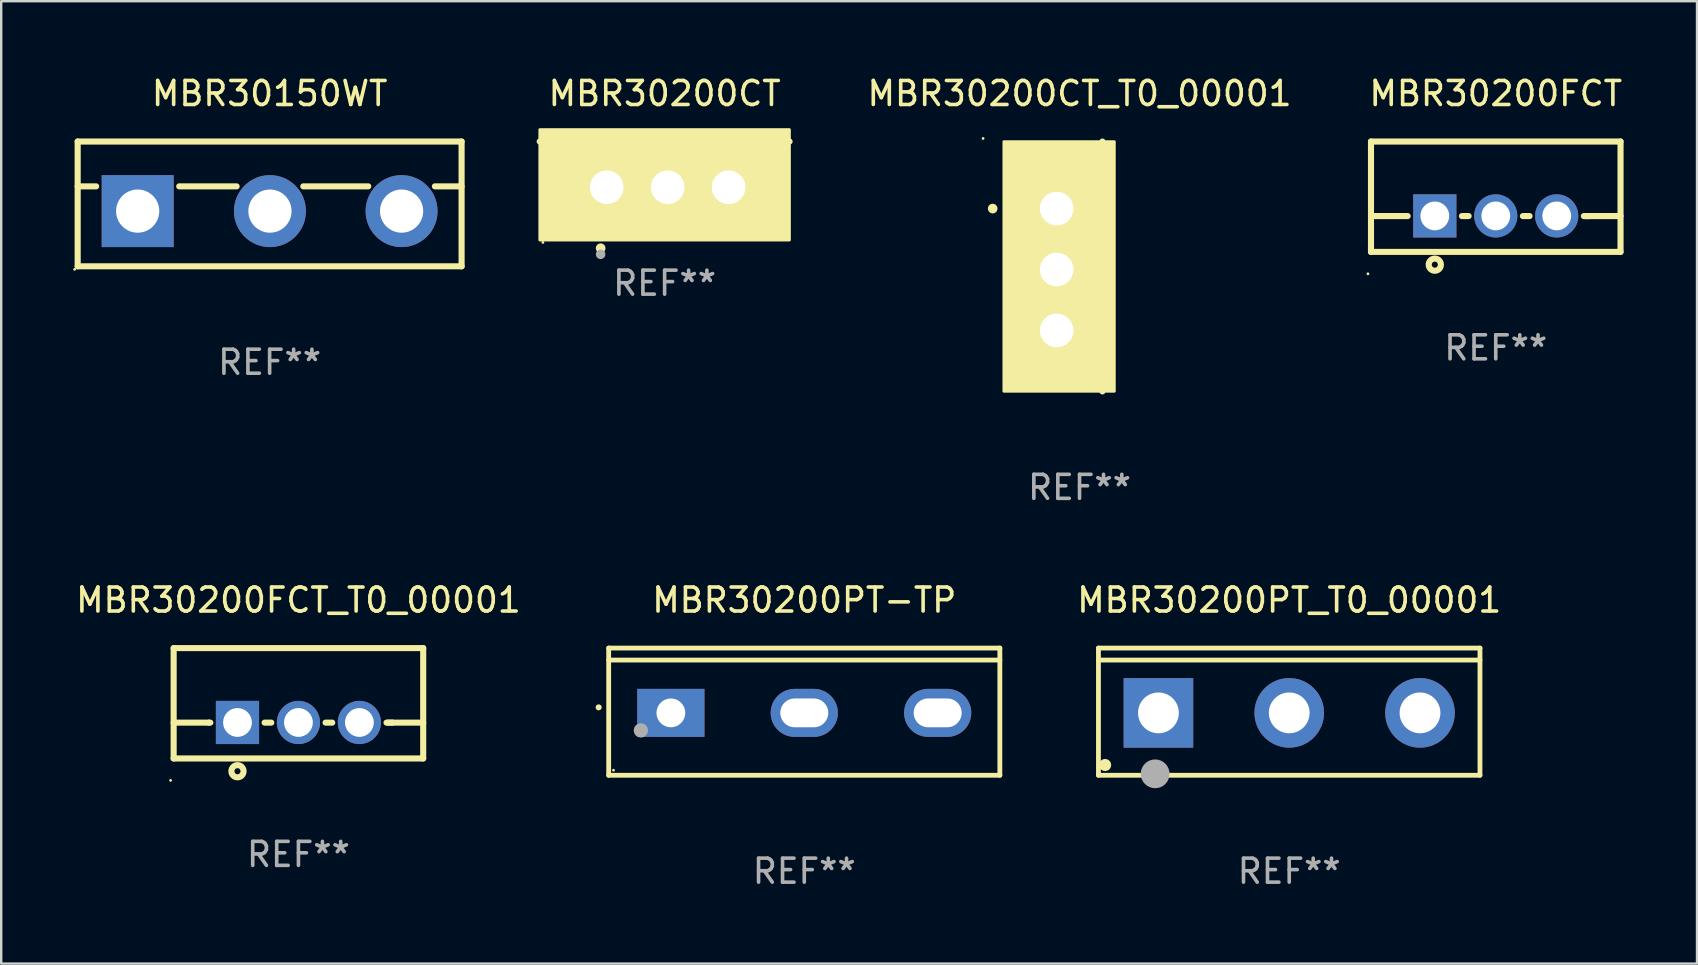
<source format=kicad_pcb>
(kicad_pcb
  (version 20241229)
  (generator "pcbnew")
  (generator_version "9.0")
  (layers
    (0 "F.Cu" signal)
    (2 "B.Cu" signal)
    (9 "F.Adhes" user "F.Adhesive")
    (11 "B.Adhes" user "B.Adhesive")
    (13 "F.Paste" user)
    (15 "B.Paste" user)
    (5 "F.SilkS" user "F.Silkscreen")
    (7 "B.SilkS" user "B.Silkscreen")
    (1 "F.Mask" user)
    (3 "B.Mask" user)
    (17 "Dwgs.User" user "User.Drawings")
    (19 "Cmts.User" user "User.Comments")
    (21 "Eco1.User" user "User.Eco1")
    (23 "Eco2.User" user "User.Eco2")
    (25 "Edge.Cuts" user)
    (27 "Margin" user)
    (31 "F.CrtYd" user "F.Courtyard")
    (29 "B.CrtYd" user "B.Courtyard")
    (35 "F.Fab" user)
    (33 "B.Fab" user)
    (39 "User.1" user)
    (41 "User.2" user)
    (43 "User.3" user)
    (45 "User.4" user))
  (footprint "MBR30200PT_T0_00001"
    (layer "F.Cu")
    (at 50.678 26.609)
    (property "Reference" "MBR30200PT_T0_00001" (at 0 -4.65 0) (layer "F.SilkS") (effects (font (size 1 1) (thickness 0.15))))
    (attr through_hole)
    (fp_line (start -7.95 -2.65) (end -7.95 2.65) (stroke (width 0.2) (type solid)) (layer "F.SilkS"))
    (fp_line (start -7.95 -2.15) (end 7.95 -2.15) (stroke (width 0.2) (type solid)) (layer "F.SilkS"))
    (fp_line (start -7.95 2.65) (end 7.95 2.65) (stroke (width 0.2) (type solid)) (layer "F.SilkS"))
    (fp_line (start 7.95 -2.65) (end -7.95 -2.65) (stroke (width 0.2) (type solid)) (layer "F.SilkS"))
    (fp_line (start 7.95 2.65) (end 7.95 -2.65) (stroke (width 0.2) (type solid)) (layer "F.SilkS"))
    (fp_circle (center -7.672 2.223) (end -7.545 2.223) (stroke (width 0.254) (type solid)) (fill no) (layer "F.SilkS"))
    (fp_circle (center -5.587 2.59) (end -5.287 2.59) (stroke (width 0.6) (type solid)) (fill no) (layer "F.Fab"))
    (fp_text user "REF**" (at 0 6.65 0) (layer "F.Fab") (effects (font (size 1 1) (thickness 0.15))))
    (pad "1" thru_hole rect (at -5.45 0.05) (size 2.9 2.9) (drill 1.7) (layers "*.Cu" "*.Mask"))
    (pad "2" thru_hole circle (at 0.001 0.05) (size 2.9 2.9) (drill 1.7) (layers "*.Cu" "*.Mask"))
    (pad "3" thru_hole circle (at 5.451 0.05) (size 2.9 2.9) (drill 1.7) (layers "*.Cu" "*.Mask")))
  (footprint "MBR30200FCT"
    (layer "F.Cu")
    (at 59.286 5.148)
    (property "Reference" "MBR30200FCT" (at 0 -4.3 0) (layer "F.SilkS") (effects (font (size 1 1) (thickness 0.15))))
    (attr through_hole)
    (fp_line (start -5.2 -2.3) (end -5.2 2.3) (stroke (width 0.254) (type solid)) (layer "F.SilkS"))
    (fp_line (start -5.2 -2.3) (end 5.2 -2.3) (stroke (width 0.254) (type solid)) (layer "F.SilkS"))
    (fp_line (start -5.2 0.807) (end -3.731 0.807) (stroke (width 0.254) (type solid)) (layer "F.SilkS"))
    (fp_line (start -5.2 2.3) (end 5.2 2.3) (stroke (width 0.254) (type solid)) (layer "F.SilkS"))
    (fp_line (start -3.731 0.807) (end -3.671 0.807) (stroke (width 0.254) (type solid)) (layer "F.SilkS"))
    (fp_line (start -1.409 0.807) (end -1.131 0.807) (stroke (width 0.254) (type solid)) (layer "F.SilkS"))
    (fp_line (start 1.131 0.807) (end 1.409 0.807) (stroke (width 0.254) (type solid)) (layer "F.SilkS"))
    (fp_line (start 3.671 0.807) (end 3.926 0.807) (stroke (width 0.254) (type solid)) (layer "F.SilkS"))
    (fp_line (start 3.731 0.807) (end 5.2 0.807) (stroke (width 0.254) (type solid)) (layer "F.SilkS"))
    (fp_line (start 5.2 -2.3) (end 5.2 2.3) (stroke (width 0.254) (type solid)) (layer "F.SilkS"))
    (fp_circle (center -5.327 3.213) (end -5.297 3.213) (stroke (width 0.06) (type solid)) (fill no) (layer "F.SilkS"))
    (fp_circle (center -2.54 2.832) (end -2.286 2.832) (stroke (width 0.254) (type solid)) (fill no) (layer "F.SilkS"))
    (fp_text user "REF**" (at 0 6.3 0) (layer "F.Fab") (effects (font (size 1 1) (thickness 0.15))))
    (pad "1" thru_hole rect (at -2.54 0.8) (size 1.8 1.8) (drill 1.2) (layers "*.Cu" "*.Mask"))
    (pad "2" thru_hole circle (at 0 0.8) (size 1.8 1.8) (drill 1.2) (layers "*.Cu" "*.Mask"))
    (pad "3" thru_hole circle (at 2.54 0.8) (size 1.8 1.8) (drill 1.2) (layers "*.Cu" "*.Mask")))
  (footprint "MBR30200CT_T0_00001"
    (layer "F.Cu")
    (at 41.94 8.055)
    (property "Reference" "MBR30200CT_T0_00001" (at 0 -7.207 0) (layer "F.SilkS") (effects (font (size 1 1) (thickness 0.15))))
    (attr through_hole)
    (fp_line (start 0.953 5.207) (end 0.953 -5.207) (stroke (width 0.254) (type solid)) (layer "F.SilkS"))
    (fp_arc (start -3.619507 -2.410465) (mid -3.619511 -2.411735) (end -3.619507 -2.413005) (stroke (width 0.4) (type solid)) (layer "F.SilkS"))
    (fp_circle (center -4.02 -5.334) (end -3.99 -5.334) (stroke (width 0.06) (type solid)) (fill no) (layer "F.SilkS"))
    (fp_poly (pts (xy -3.152 -5.2) (xy 1.448 -5.2) (xy 1.448 5.2) (xy -3.152 5.2)) (stroke (width 0.12) (type solid)) (fill yes) (layer "F.SilkS"))
    (fp_text user "REF**" (at 0 9.207 0) (layer "F.Fab") (effects (font (size 1 1) (thickness 0.15))))
    (pad "1" thru_hole rect (at -0.953 -2.413 270) (size 2 2.5) (drill 1.4) (layers "*.Cu" "*.Mask"))
    (pad "2" thru_hole oval (at -0.953 0.127 270) (size 2 2.5) (drill 1.4) (layers "*.Cu" "*.Mask"))
    (pad "3" thru_hole oval (at -0.953 2.667 270) (size 2 2.5) (drill 1.4) (layers "*.Cu" "*.Mask")))
  (footprint "MBR30200CT"
    (layer "F.Cu")
    (at 24.648 3.801)
    (property "Reference" "MBR30200CT" (at 0 -2.953 0) (layer "F.SilkS") (effects (font (size 1 1) (thickness 0.15))))
    (attr through_hole)
    (fp_line (start 5.207 -0.953) (end -5.207 -0.953) (stroke (width 0.254) (type solid)) (layer "F.SilkS"))
    (fp_arc (start -2.66698 3.49252) (mid -2.66571 3.492516) (end -2.66444 3.49252) (stroke (width 0.4) (type solid)) (layer "F.SilkS"))
    (fp_circle (center -5.073 3.252) (end -5.043 3.252) (stroke (width 0.06) (type solid)) (fill no) (layer "F.SilkS"))
    (fp_poly (pts (xy -5.2 -1.448) (xy 5.2 -1.448) (xy 5.2 3.152) (xy -5.2 3.152)) (stroke (width 0.12) (type solid)) (fill yes) (layer "F.SilkS"))
    (fp_circle (center -2.667 3.747) (end -2.567 3.747) (stroke (width 0.2) (type solid)) (fill no) (layer "F.Fab"))
    (fp_text user "REF**" (at 0 4.953 0) (layer "F.Fab") (effects (font (size 1 1) (thickness 0.15))))
    (pad "1" thru_hole rect (at -2.413 0.953) (size 2 2.5) (drill 1.4) (layers "*.Cu" "*.Mask"))
    (pad "2" thru_hole oval (at 0.127 0.953) (size 2 2.5) (drill 1.4) (layers "*.Cu" "*.Mask"))
    (pad "3" thru_hole oval (at 2.667 0.953) (size 2 2.5) (drill 1.4) (layers "*.Cu" "*.Mask")))
  (footprint "MBR30200PT-TP"
    (layer "F.Cu")
    (at 30.468 26.609)
    (property "Reference" "MBR30200PT-TP" (at 0 -4.65 0) (layer "F.SilkS") (effects (font (size 1 1) (thickness 0.15))))
    (attr through_hole)
    (fp_line (start -8.151 -2.65) (end -8.151 2.65) (stroke (width 0.201) (type solid)) (layer "F.SilkS"))
    (fp_line (start 8.151 -2.65) (end -8.151 -2.65) (stroke (width 0.201) (type solid)) (layer "F.SilkS"))
    (fp_line (start 8.151 -2.15) (end -8.151 -2.15) (stroke (width 0.201) (type solid)) (layer "F.SilkS"))
    (fp_line (start 8.151 2.65) (end -8.151 2.65) (stroke (width 0.201) (type solid)) (layer "F.SilkS"))
    (fp_line (start 8.151 2.65) (end 8.151 -2.65) (stroke (width 0.201) (type solid)) (layer "F.SilkS"))
    (fp_arc (start -8.570003 -0.18048) (mid -8.568733 -0.180486) (end -8.567463 -0.18048) (stroke (width 0.24892) (type solid)) (layer "F.SilkS"))
    (fp_circle (center -7.95 2.44) (end -7.92 2.44) (stroke (width 0.06) (type solid)) (fill no) (layer "F.SilkS"))
    (fp_circle (center -6.81 0.78) (end -6.66 0.78) (stroke (width 0.3) (type solid)) (fill no) (layer "F.Fab"))
    (fp_text user "REF**" (at 0 6.65 0) (layer "F.Fab") (effects (font (size 1 1) (thickness 0.15))))
    (pad "1" thru_hole rect (at -5.56 0.05 90) (size 2 2.8) (drill 1.2) (layers "*.Cu" "*.Mask"))
    (pad "2" thru_hole oval (at 0 0.05 90) (size 2 2.8) (drill oval 1.2 2) (layers "*.Cu" "*.Mask"))
    (pad "3" thru_hole oval (at 5.56 0.05 90) (size 2 2.8) (drill oval 1.2 2) (layers "*.Cu" "*.Mask")))
  (footprint "MBR30200FCT_T0_00001"
    (layer "F.Cu")
    (at 9.387 26.259)
    (property "Reference" "MBR30200FCT_T0_00001" (at 0 -4.3 0) (layer "F.SilkS") (effects (font (size 1 1) (thickness 0.15))))
    (attr through_hole)
    (fp_line (start -5.2 -2.3) (end -5.2 2.3) (stroke (width 0.254) (type solid)) (layer "F.SilkS"))
    (fp_line (start -5.2 -2.3) (end 5.2 -2.3) (stroke (width 0.254) (type solid)) (layer "F.SilkS"))
    (fp_line (start -5.2 0.807) (end -3.731 0.807) (stroke (width 0.254) (type solid)) (layer "F.SilkS"))
    (fp_line (start -5.2 2.3) (end 5.2 2.3) (stroke (width 0.254) (type solid)) (layer "F.SilkS"))
    (fp_line (start -3.731 0.807) (end -3.671 0.807) (stroke (width 0.254) (type solid)) (layer "F.SilkS"))
    (fp_line (start -1.409 0.807) (end -1.131 0.807) (stroke (width 0.254) (type solid)) (layer "F.SilkS"))
    (fp_line (start 1.131 0.807) (end 1.409 0.807) (stroke (width 0.254) (type solid)) (layer "F.SilkS"))
    (fp_line (start 3.671 0.807) (end 3.926 0.807) (stroke (width 0.254) (type solid)) (layer "F.SilkS"))
    (fp_line (start 3.731 0.807) (end 5.2 0.807) (stroke (width 0.254) (type solid)) (layer "F.SilkS"))
    (fp_line (start 5.2 -2.3) (end 5.2 2.3) (stroke (width 0.254) (type solid)) (layer "F.SilkS"))
    (fp_circle (center -5.327 3.213) (end -5.297 3.213) (stroke (width 0.06) (type solid)) (fill no) (layer "F.SilkS"))
    (fp_circle (center -2.54 2.832) (end -2.286 2.832) (stroke (width 0.254) (type solid)) (fill no) (layer "F.SilkS"))
    (fp_text user "REF**" (at 0 6.3 0) (layer "F.Fab") (effects (font (size 1 1) (thickness 0.15))))
    (pad "1" thru_hole rect (at -2.54 0.8) (size 1.8 1.8) (drill 1.2) (layers "*.Cu" "*.Mask"))
    (pad "2" thru_hole circle (at 0 0.8) (size 1.8 1.8) (drill 1.2) (layers "*.Cu" "*.Mask"))
    (pad "3" thru_hole circle (at 2.54 0.8) (size 1.8 1.8) (drill 1.2) (layers "*.Cu" "*.Mask")))
  (footprint "MBR30150WT"
    (layer "F.Cu")
    (at 8.187 5.448)
    (property "Reference" "MBR30150WT" (at 0 -4.6 0) (layer "F.SilkS") (effects (font (size 1 1) (thickness 0.15))))
    (attr through_hole)
    (fp_line (start -8 -2.6) (end -8 2.6) (stroke (width 0.254) (type solid)) (layer "F.SilkS"))
    (fp_line (start -8 -2.6) (end 8 -2.6) (stroke (width 0.254) (type solid)) (layer "F.SilkS"))
    (fp_line (start -8 -0.732) (end -7.23 -0.732) (stroke (width 0.254) (type solid)) (layer "F.SilkS"))
    (fp_line (start -8 2.6) (end 8 2.6) (stroke (width 0.254) (type solid)) (layer "F.SilkS"))
    (fp_line (start -3.768 -0.732) (end -1.376 -0.732) (stroke (width 0.254) (type solid)) (layer "F.SilkS"))
    (fp_line (start 1.402 -0.732) (end 4.11 -0.732) (stroke (width 0.254) (type solid)) (layer "F.SilkS"))
    (fp_line (start 6.888 -0.732) (end 8 -0.732) (stroke (width 0.254) (type solid)) (layer "F.SilkS"))
    (fp_line (start 8 -2.6) (end 8 2.6) (stroke (width 0.254) (type solid)) (layer "F.SilkS"))
    (fp_circle (center -8.127 2.727) (end -8.097 2.727) (stroke (width 0.06) (type solid)) (fill no) (layer "F.SilkS"))
    (fp_text user "REF**" (at 0 6.6 0) (layer "F.Fab") (effects (font (size 1 1) (thickness 0.15))))
    (pad "1" thru_hole rect (at -5.499 0.3) (size 3 3) (drill 1.8) (layers "*.Cu" "*.Mask"))
    (pad "2" thru_hole circle (at 0.013 0.3) (size 3 3) (drill 1.8) (layers "*.Cu" "*.Mask"))
    (pad "3" thru_hole circle (at 5.499 0.3) (size 3 3) (drill 1.8) (layers "*.Cu" "*.Mask")))
  (gr_rect
    (start -3 -3)
    (end 67.673 37.108)
    (stroke (width 0.1) (type default))
    (fill no)
    (layer "Edge.Cuts")))
</source>
